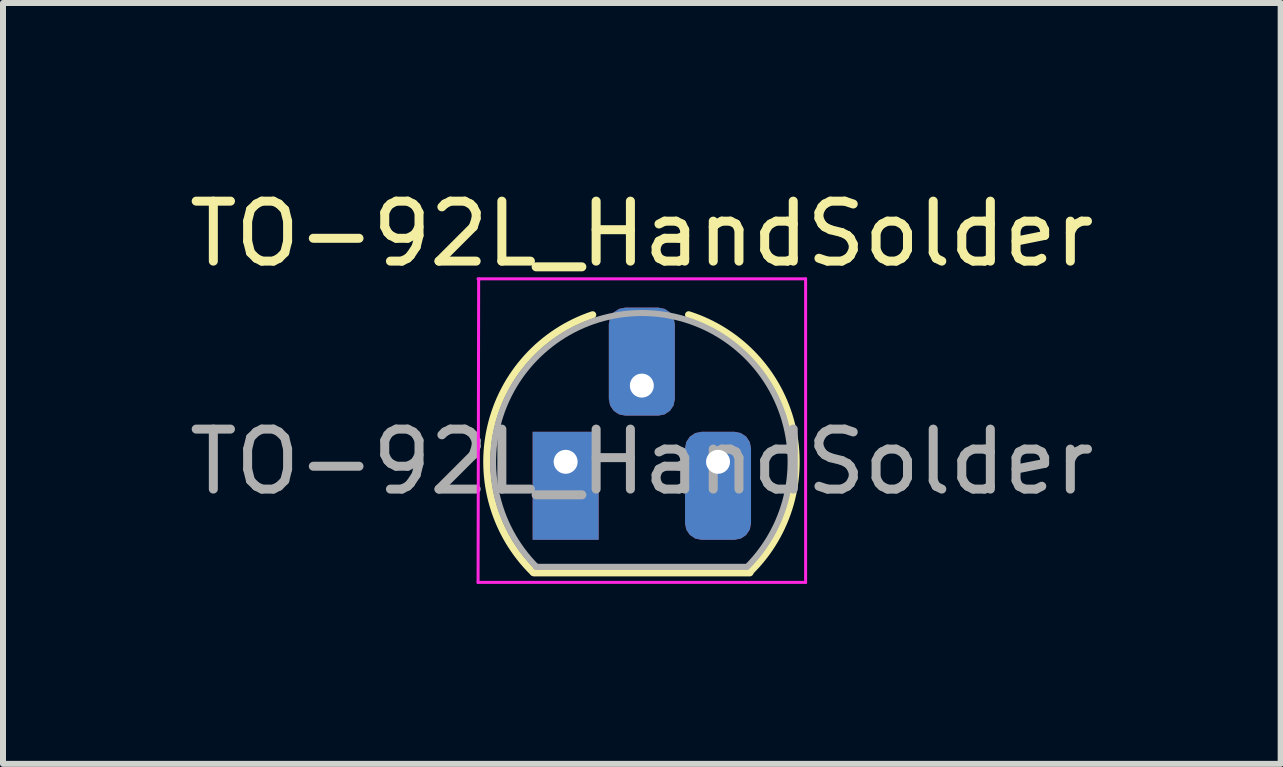
<source format=kicad_pcb>
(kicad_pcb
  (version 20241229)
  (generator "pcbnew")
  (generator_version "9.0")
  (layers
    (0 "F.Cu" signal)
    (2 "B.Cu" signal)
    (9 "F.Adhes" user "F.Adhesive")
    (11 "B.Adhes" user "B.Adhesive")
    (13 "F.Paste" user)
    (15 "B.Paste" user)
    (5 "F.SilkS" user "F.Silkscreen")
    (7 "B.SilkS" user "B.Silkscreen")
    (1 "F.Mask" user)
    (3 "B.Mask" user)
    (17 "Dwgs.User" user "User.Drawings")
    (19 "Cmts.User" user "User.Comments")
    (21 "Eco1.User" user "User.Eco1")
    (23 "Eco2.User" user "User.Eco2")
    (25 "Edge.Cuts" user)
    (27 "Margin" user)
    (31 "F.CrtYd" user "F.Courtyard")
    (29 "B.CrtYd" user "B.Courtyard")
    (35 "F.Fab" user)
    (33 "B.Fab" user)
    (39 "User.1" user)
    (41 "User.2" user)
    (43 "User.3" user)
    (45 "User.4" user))
  (footprint "TO-92L_HandSolder"
    (layer "F.Cu")
    (at 6.379 4.648)
    (property "Reference" "TO-92L_HandSolder" (at 1.27 -3.8 0) (layer "F.SilkS") (effects (font (size 1 1) (thickness 0.15))))
    (attr through_hole)
    (fp_line (start -0.53 1.85) (end 3.07 1.85) (stroke (width 0.12) (type solid)) (layer "F.SilkS"))
    (fp_arc (start -0.541453 1.842156) (mid -1.247298 -0.581475) (end 0.45 -2.45) (stroke (width 0.12) (type solid)) (layer "F.SilkS"))
    (fp_arc (start 2.05 -2.45) (mid 3.769931 -0.601036) (end 3.078445 1.827684) (stroke (width 0.12) (type solid)) (layer "F.SilkS"))
    (fp_line (start -1.46 -3.05) (end 4 -3.05) (stroke (width 0.05) (type solid)) (layer "F.CrtYd"))
    (fp_line (start -1.45 -3.05) (end -1.46 2.01) (stroke (width 0.05) (type solid)) (layer "F.CrtYd"))
    (fp_line (start 4 2.01) (end -1.46 2.01) (stroke (width 0.05) (type solid)) (layer "F.CrtYd"))
    (fp_line (start 4 2.01) (end 4 -3.05) (stroke (width 0.05) (type solid)) (layer "F.CrtYd"))
    (fp_line (start -0.5 1.75) (end 3 1.75) (stroke (width 0.1) (type solid)) (layer "F.Fab"))
    (fp_arc (start -0.483625 1.753625) (mid -1.021221 -0.949055) (end 1.27 -2.48) (stroke (width 0.1) (type solid)) (layer "F.Fab"))
    (fp_arc (start 1.27 -2.48) (mid 3.561221 -0.949055) (end 3.023625 1.753625) (stroke (width 0.1) (type solid)) (layer "F.Fab"))
    (fp_text user "${REFERENCE}" (at 1.27 0 0) (layer "F.Fab") (effects (font (size 1 1) (thickness 0.15))))
    (pad "1" thru_hole rect (at 0 0) (size 1.1 1.8) (drill 0.4 (offset 0 0.4)) (layers "*.Cu" "*.Mask"))
    (pad "2" thru_hole roundrect (at 1.27 -1.27) (size 1.1 1.8) (drill 0.4 (offset 0 -0.4)) (layers "*.Cu" "*.Mask") (roundrect_rratio 0.25))
    (pad "3" thru_hole roundrect (at 2.54 0) (size 1.1 1.8) (drill 0.4 (offset 0 0.4)) (layers "*.Cu" "*.Mask") (roundrect_rratio 0.25)))
  (gr_rect
    (start -3 -3)
    (end 18.298 9.683)
    (stroke (width 0.1) (type default))
    (fill no)
    (layer "Edge.Cuts")))
</source>
